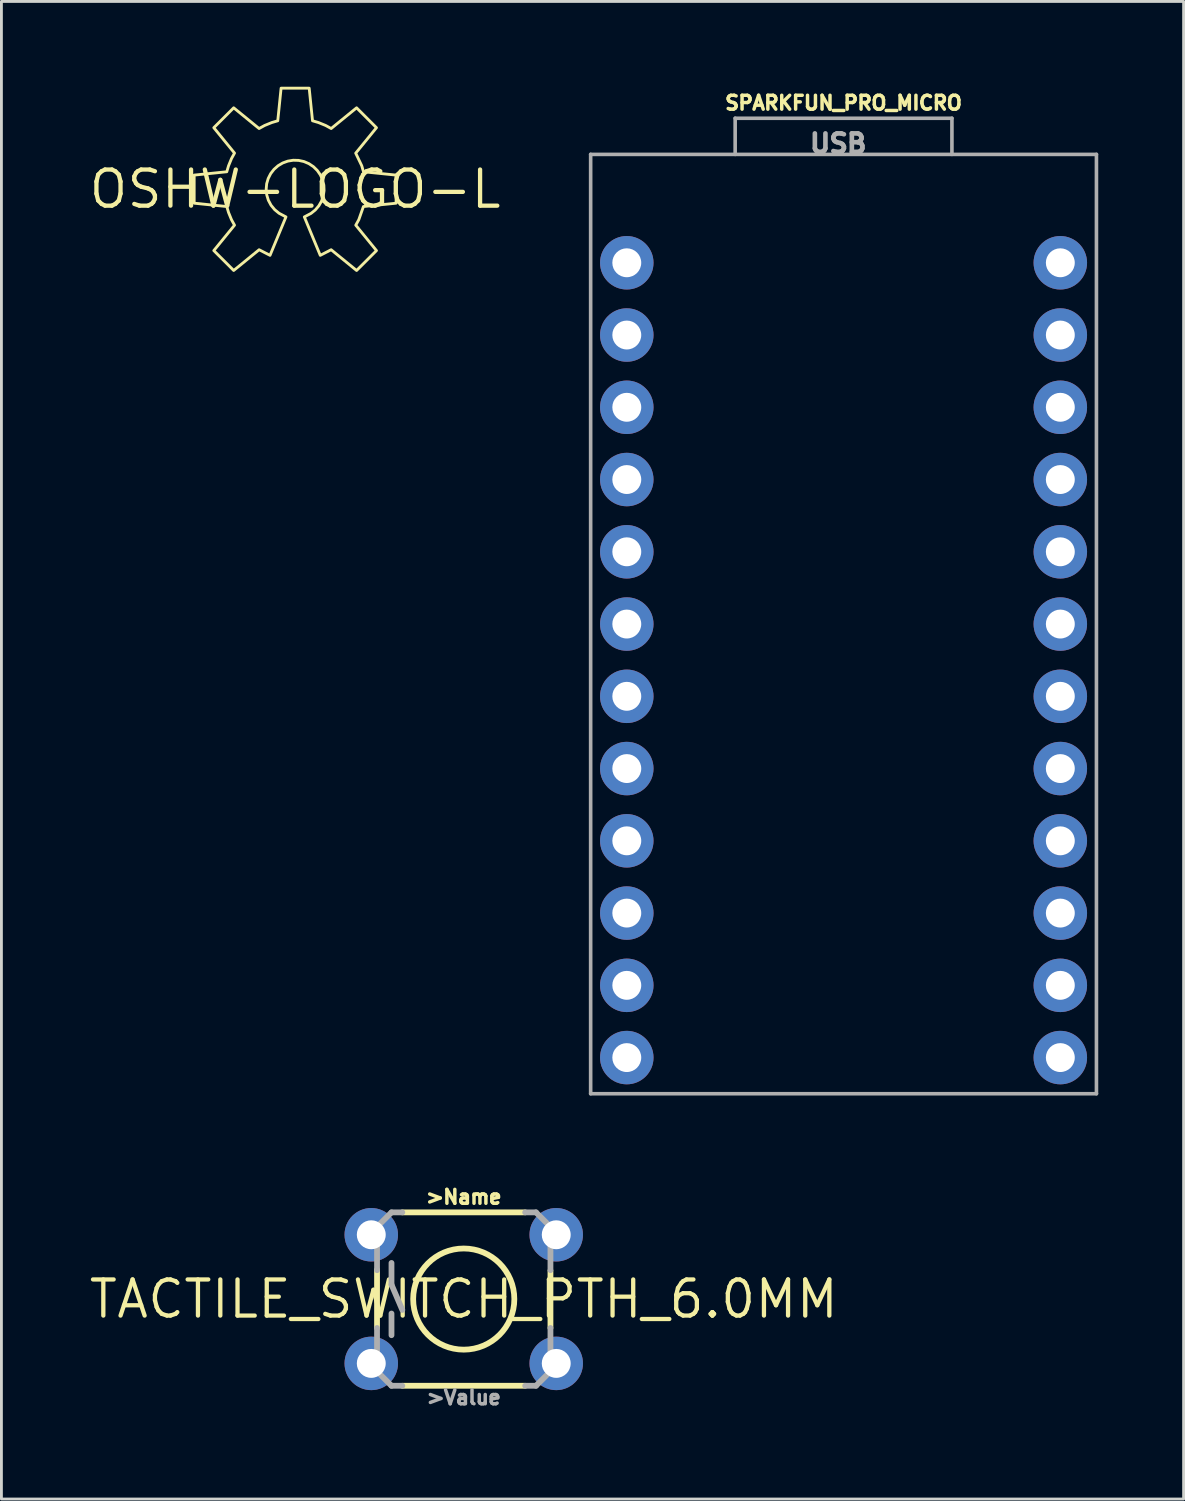
<source format=kicad_pcb>
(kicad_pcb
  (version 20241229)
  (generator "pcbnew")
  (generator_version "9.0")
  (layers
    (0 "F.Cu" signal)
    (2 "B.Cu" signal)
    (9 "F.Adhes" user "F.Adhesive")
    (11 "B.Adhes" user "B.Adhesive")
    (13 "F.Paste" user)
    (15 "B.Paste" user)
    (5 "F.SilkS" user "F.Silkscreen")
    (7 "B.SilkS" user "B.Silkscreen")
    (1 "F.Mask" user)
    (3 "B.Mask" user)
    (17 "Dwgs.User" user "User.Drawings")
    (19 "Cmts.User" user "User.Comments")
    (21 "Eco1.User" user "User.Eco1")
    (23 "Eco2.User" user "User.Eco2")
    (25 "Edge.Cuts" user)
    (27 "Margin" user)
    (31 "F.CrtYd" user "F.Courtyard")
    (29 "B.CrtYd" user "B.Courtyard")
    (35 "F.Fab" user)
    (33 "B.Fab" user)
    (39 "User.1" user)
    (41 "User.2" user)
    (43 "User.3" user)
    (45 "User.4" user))
  (footprint "TACTILE_SWITCH_PTH_6.0MM"
    (layer "F.Cu")
    (at 13.252 42.616)
    (property "Reference" "TACTILE_SWITCH_PTH_6.0MM" (at 0 0 0) (layer "F.SilkS") (effects (font (size 1.27 1.27) (thickness 0.15))))
    (fp_line (start -3.048 -1.028) (end -3.048 1.016) (stroke (width 0.203) (type solid)) (layer "F.SilkS"))
    (fp_line (start -2.159 3.048) (end 2.159 3.048) (stroke (width 0.203) (type solid)) (layer "F.SilkS"))
    (fp_line (start 2.159 -3.048) (end -2.159 -3.048) (stroke (width 0.203) (type solid)) (layer "F.SilkS"))
    (fp_line (start 3.048 -0.998) (end 3.048 1.016) (stroke (width 0.203) (type solid)) (layer "F.SilkS"))
    (fp_circle (center 0 0) (end 1.778 0) (stroke (width 0.203) (type solid)) (fill no) (layer "F.SilkS"))
    (fp_line (start -3.048 -2.54) (end -3.048 -1.016) (stroke (width 0.203) (type solid)) (layer "F.Fab"))
    (fp_line (start -3.048 2.54) (end -3.048 1.016) (stroke (width 0.203) (type solid)) (layer "F.Fab"))
    (fp_line (start -2.54 -3.048) (end -3.048 -2.54) (stroke (width 0.203) (type solid)) (layer "F.Fab"))
    (fp_line (start -2.54 -3.048) (end -2.159 -3.048) (stroke (width 0.203) (type solid)) (layer "F.Fab"))
    (fp_line (start -2.54 -1.27) (end -2.54 -0.508) (stroke (width 0.203) (type solid)) (layer "F.Fab"))
    (fp_line (start -2.54 -0.508) (end -2.159 0.381) (stroke (width 0.203) (type solid)) (layer "F.Fab"))
    (fp_line (start -2.54 0.508) (end -2.54 1.27) (stroke (width 0.203) (type solid)) (layer "F.Fab"))
    (fp_line (start -2.54 3.048) (end -3.048 2.54) (stroke (width 0.203) (type solid)) (layer "F.Fab"))
    (fp_line (start -2.54 3.048) (end -2.159 3.048) (stroke (width 0.203) (type solid)) (layer "F.Fab"))
    (fp_line (start 2.54 -3.048) (end 2.159 -3.048) (stroke (width 0.203) (type solid)) (layer "F.Fab"))
    (fp_line (start 2.54 3.048) (end 2.159 3.048) (stroke (width 0.203) (type solid)) (layer "F.Fab"))
    (fp_line (start 2.54 3.048) (end 3.048 2.54) (stroke (width 0.203) (type solid)) (layer "F.Fab"))
    (fp_line (start 3.048 -2.54) (end 2.54 -3.048) (stroke (width 0.203) (type solid)) (layer "F.Fab"))
    (fp_line (start 3.048 -1.016) (end 3.048 -2.54) (stroke (width 0.203) (type solid)) (layer "F.Fab"))
    (fp_line (start 3.048 2.54) (end 3.048 1.016) (stroke (width 0.203) (type solid)) (layer "F.Fab"))
    (fp_text user ">Name" (at 0 -3.302 0) (layer "F.SilkS") (effects (font (size 0.488 0.488) (thickness 0.122)) (justify bottom)))
    (fp_text user ">Value" (at 0 3.175 0) (layer "F.Fab") (effects (font (size 0.488 0.488) (thickness 0.122)) (justify top)))
    (pad "1" thru_hole circle (at -3.251 -2.261) (size 1.88 1.88) (drill 1.016) (layers "*.Cu" "*.Mask"))
    (pad "2" thru_hole circle (at 3.251 -2.261) (size 1.88 1.88) (drill 1.016) (layers "*.Cu" "*.Mask"))
    (pad "3" thru_hole circle (at -3.251 2.261) (size 1.88 1.88) (drill 1.016) (layers "*.Cu" "*.Mask"))
    (pad "4" thru_hole circle (at 3.251 2.261) (size 1.88 1.88) (drill 1.016) (layers "*.Cu" "*.Mask")))
  (footprint "OSHW-LOGO-L"
    (layer "F.Cu")
    (at 7.325 3.599)
    (property "Reference" "OSHW-LOGO-L" (at 0 0 0) (layer "F.SilkS") (effects (font (size 1.27 1.27) (thickness 0.15))))
    (fp_poly (pts (xy 0.611 -2.403) (xy 0.821 -2.341) (xy 1.075 -2.237) (xy 1.267 -2.131) (xy 2.16 -2.859) (xy 2.859 -2.16) (xy 2.129 -1.265) (xy 2.341 -0.823) (xy 2.403 -0.611) (xy 3.549 -0.494) (xy 3.549 0.494) (xy 2.4 0.611) (xy 2.238 1.073) (xy 2.131 1.267) (xy 2.859 2.16) (xy 2.16 2.859) (xy 1.266 2.13) (xy 0.883 2.327) (xy 0.323 0.976) (xy 0.559 0.852) (xy 0.708 0.732) (xy 0.832 0.587) (xy 0.927 0.422) (xy 0.989 0.241) (xy 1.017 0.052) (xy 1.009 -0.139) (xy 0.965 -0.325) (xy 0.888 -0.499) (xy 0.779 -0.656) (xy 0.643 -0.79) (xy 0.484 -0.896) (xy 0.308 -0.971) (xy 0.121 -1.011) (xy -0.07 -1.016) (xy -0.258 -0.985) (xy -0.437 -0.92) (xy -0.601 -0.822) (xy -0.744 -0.695) (xy -0.861 -0.544) (xy -0.947 -0.374) (xy -1.001 -0.19) (xy -1.018 -0.000157) (xy -0.999 0.199) (xy -0.941 0.39) (xy -0.847 0.566) (xy -0.72 0.72) (xy -0.566 0.847) (xy -0.323 0.976) (xy -0.883 2.327) (xy -1.266 2.13) (xy -2.16 2.859) (xy -2.859 2.16) (xy -2.131 1.267) (xy -2.237 1.075) (xy -2.341 0.821) (xy -2.403 0.611) (xy -3.549 0.494) (xy -3.549 -0.494) (xy -2.403 -0.611) (xy -2.341 -0.821) (xy -2.237 -1.075) (xy -2.131 -1.267) (xy -2.859 -2.16) (xy -2.16 -2.859) (xy -1.267 -2.131) (xy -1.075 -2.237) (xy -0.821 -2.341) (xy -0.611 -2.403) (xy -0.494 -3.549) (xy 0.494 -3.549)) (stroke (width 0.1) (type solid)) (fill no) (layer "F.SilkS")))
  (footprint "SPARKFUN_PRO_MICRO"
    (layer "F.Cu")
    (at 26.603 18.887)
    (property "Reference" "SPARKFUN_PRO_MICRO" (at 0 -18.034 0) (layer "F.SilkS") (effects (font (size 0.488 0.488) (thickness 0.122)) (justify bottom)))
    (fp_line (start -8.89 -16.51) (end -8.89 16.51) (stroke (width 0.127) (type solid)) (layer "F.Fab"))
    (fp_line (start -8.89 16.51) (end 8.89 16.51) (stroke (width 0.127) (type solid)) (layer "F.Fab"))
    (fp_line (start -3.81 -17.78) (end 3.81 -17.78) (stroke (width 0.127) (type solid)) (layer "F.Fab"))
    (fp_line (start -3.81 -16.51) (end -3.81 -17.78) (stroke (width 0.127) (type solid)) (layer "F.Fab"))
    (fp_line (start 3.81 -17.78) (end 3.81 -16.51) (stroke (width 0.127) (type solid)) (layer "F.Fab"))
    (fp_line (start 8.89 -16.51) (end -8.89 -16.51) (stroke (width 0.127) (type solid)) (layer "F.Fab"))
    (fp_line (start 8.89 16.51) (end 8.89 -16.51) (stroke (width 0.127) (type solid)) (layer "F.Fab"))
    (fp_text user "USB" (at -1.27 -16.51 0) (layer "F.Fab") (effects (font (size 0.65 0.65) (thickness 0.163)) (justify left bottom)))
    (pad "1" thru_hole circle (at -7.62 -12.7) (size 1.88 1.88) (drill 1.016) (layers "*.Cu" "*.Mask"))
    (pad "2" thru_hole circle (at -7.62 -10.16) (size 1.88 1.88) (drill 1.016) (layers "*.Cu" "*.Mask"))
    (pad "3" thru_hole circle (at -7.62 -7.62) (size 1.88 1.88) (drill 1.016) (layers "*.Cu" "*.Mask"))
    (pad "4" thru_hole circle (at -7.62 -5.08) (size 1.88 1.88) (drill 1.016) (layers "*.Cu" "*.Mask"))
    (pad "5" thru_hole circle (at -7.62 -2.54) (size 1.88 1.88) (drill 1.016) (layers "*.Cu" "*.Mask"))
    (pad "6" thru_hole circle (at -7.62 0) (size 1.88 1.88) (drill 1.016) (layers "*.Cu" "*.Mask"))
    (pad "7" thru_hole circle (at -7.62 2.54) (size 1.88 1.88) (drill 1.016) (layers "*.Cu" "*.Mask"))
    (pad "8" thru_hole circle (at -7.62 5.08) (size 1.88 1.88) (drill 1.016) (layers "*.Cu" "*.Mask"))
    (pad "9" thru_hole circle (at -7.62 7.62) (size 1.88 1.88) (drill 1.016) (layers "*.Cu" "*.Mask"))
    (pad "10" thru_hole circle (at -7.62 10.16) (size 1.88 1.88) (drill 1.016) (layers "*.Cu" "*.Mask"))
    (pad "11" thru_hole circle (at -7.62 12.7) (size 1.88 1.88) (drill 1.016) (layers "*.Cu" "*.Mask"))
    (pad "12" thru_hole circle (at -7.62 15.24) (size 1.88 1.88) (drill 1.016) (layers "*.Cu" "*.Mask"))
    (pad "13" thru_hole circle (at 7.62 15.24) (size 1.88 1.88) (drill 1.016) (layers "*.Cu" "*.Mask"))
    (pad "14" thru_hole circle (at 7.62 12.7) (size 1.88 1.88) (drill 1.016) (layers "*.Cu" "*.Mask"))
    (pad "15" thru_hole circle (at 7.62 10.16) (size 1.88 1.88) (drill 1.016) (layers "*.Cu" "*.Mask"))
    (pad "16" thru_hole circle (at 7.62 7.62) (size 1.88 1.88) (drill 1.016) (layers "*.Cu" "*.Mask"))
    (pad "17" thru_hole circle (at 7.62 5.08) (size 1.88 1.88) (drill 1.016) (layers "*.Cu" "*.Mask"))
    (pad "18" thru_hole circle (at 7.62 2.54) (size 1.88 1.88) (drill 1.016) (layers "*.Cu" "*.Mask"))
    (pad "19" thru_hole circle (at 7.62 0) (size 1.88 1.88) (drill 1.016) (layers "*.Cu" "*.Mask"))
    (pad "20" thru_hole circle (at 7.62 -2.54) (size 1.88 1.88) (drill 1.016) (layers "*.Cu" "*.Mask"))
    (pad "21" thru_hole circle (at 7.62 -5.08) (size 1.88 1.88) (drill 1.016) (layers "*.Cu" "*.Mask"))
    (pad "22" thru_hole circle (at 7.62 -7.62) (size 1.88 1.88) (drill 1.016) (layers "*.Cu" "*.Mask"))
    (pad "23" thru_hole circle (at 7.62 -10.16) (size 1.88 1.88) (drill 1.016) (layers "*.Cu" "*.Mask"))
    (pad "24" thru_hole circle (at 7.62 -12.7) (size 1.88 1.88) (drill 1.016) (layers "*.Cu" "*.Mask")))
  (gr_rect
    (start -3 -3)
    (end 38.557 49.645)
    (stroke (width 0.1) (type default))
    (fill no)
    (layer "Edge.Cuts")))
</source>
